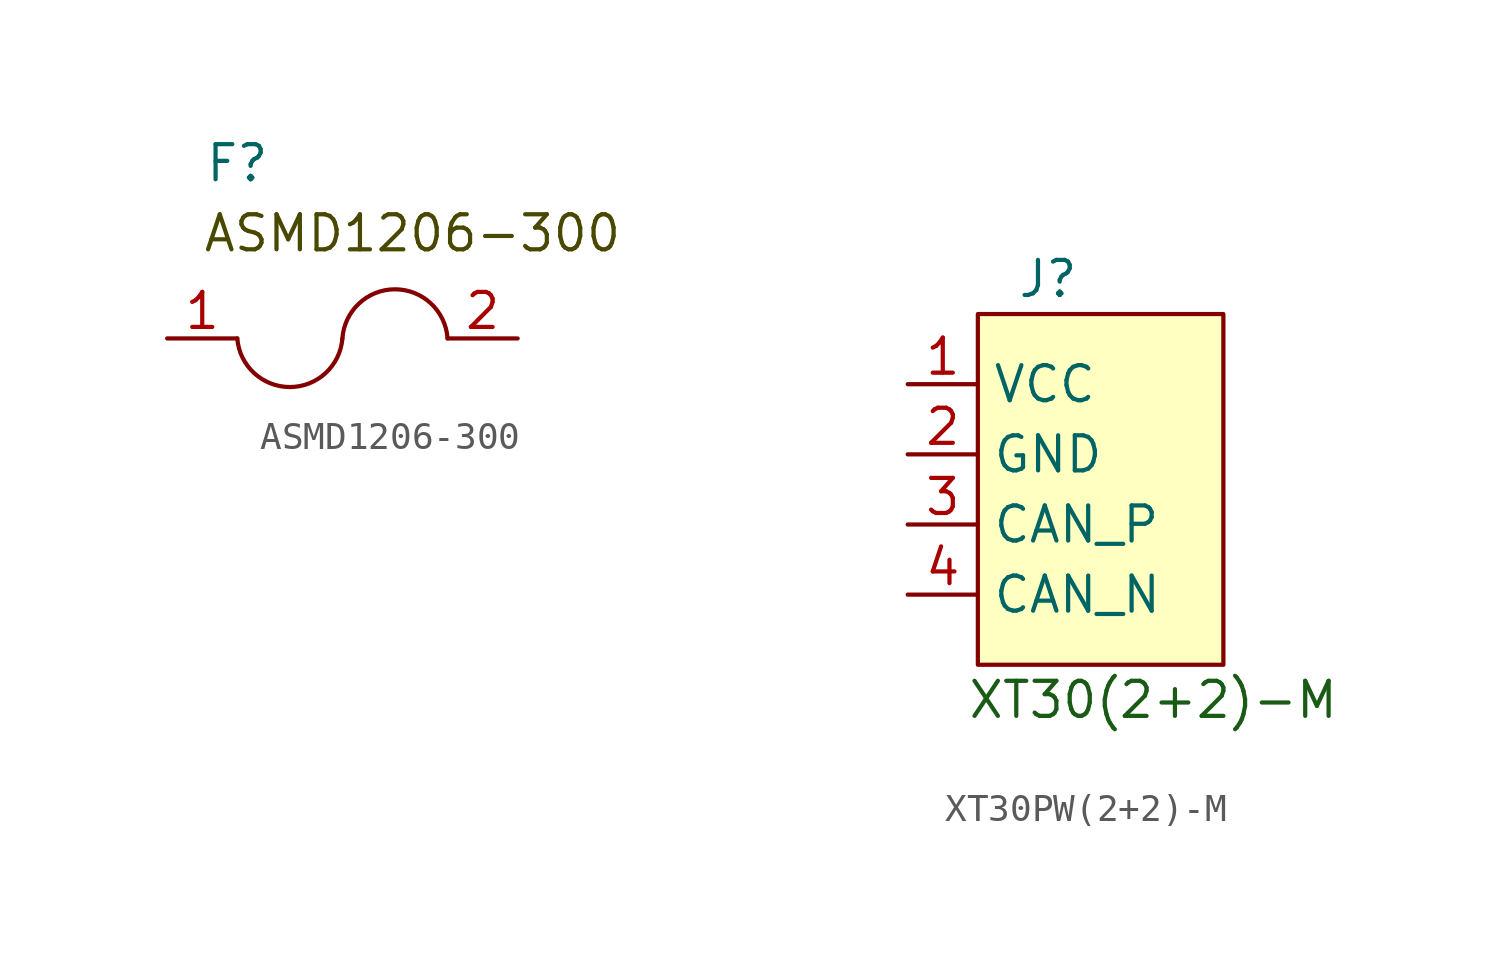
<source format=kicad_sym>
(kicad_symbol_lib
  (version 20220914)
  (generator kicad_symbol_editor)
  (symbol "ASMD1206-300"
    (property "Reference" "F"
      (at 0 6.35 0)
      (effects (font (size 1.27 1.27))))
    (property "Value" ""
      (at 0 0 0)
      (effects (font (size 1.27 1.27))))
    (symbol "ASMD1206-300_0_1"
      (arc (start 0 0) (mid 1.905 -1.7609) (end 3.81 0) (stroke (width 0) (type default)) (fill (type none)))
      (arc (start 7.62 0) (mid 5.715 1.7812) (end 3.81 0) (stroke (width 0) (type default)) (fill (type none))))
    (symbol "ASMD1206-300_1_1"
      (text "ASMD1206-300" (at 6.35 3.81 0) (effects (font (size 1.27 1.27) (color 72 72 0 1))))
      (pin input line (at -2.54 0 0) (length 2.54) (name "" (effects (font (size 1.27 1.27)))) (number "1" (effects (font (size 1.27 1.27)))))
      (pin input line (at 10.16 0 180) (length 2.54) (name "" (effects (font (size 1.27 1.27)))) (number "2" (effects (font (size 1.27 1.27)))))))
  (symbol "XT30PW(2+2)-M"
    (property "Reference" "J"
      (at 2.54 13.97 0)
      (effects (font (size 1.27 1.27))))
    (property "Value" ""
      (at -5.08 17.78 0)
      (effects (font (size 1.27 1.27))))
    (symbol "XT30PW(2+2)-M_1_1"
      (rectangle (start 0 12.7) (end 8.89 0) (stroke (width 0) (type default)) (fill (type background)))
      (text "XT30(2+2)-M" (at 6.35 -1.27 0) (effects (font (size 1.27 1.27) (color 25 91 21 1))))
      (pin power_in line (at -2.54 10.16 0) (length 2.54) (name "VCC" (effects (font (size 1.27 1.27)))) (number "1" (effects (font (size 1.27 1.27)))))
      (pin power_in line (at -2.54 7.62 0) (length 2.54) (name "GND" (effects (font (size 1.27 1.27)))) (number "2" (effects (font (size 1.27 1.27)))))
      (pin bidirectional line (at -2.54 5.08 0) (length 2.54) (name "CAN_P" (effects (font (size 1.27 1.27)))) (number "3" (effects (font (size 1.27 1.27)))))
      (pin bidirectional line (at -2.54 2.54 0) (length 2.54) (name "CAN_N" (effects (font (size 1.27 1.27)))) (number "4" (effects (font (size 1.27 1.27))))))))
</source>
